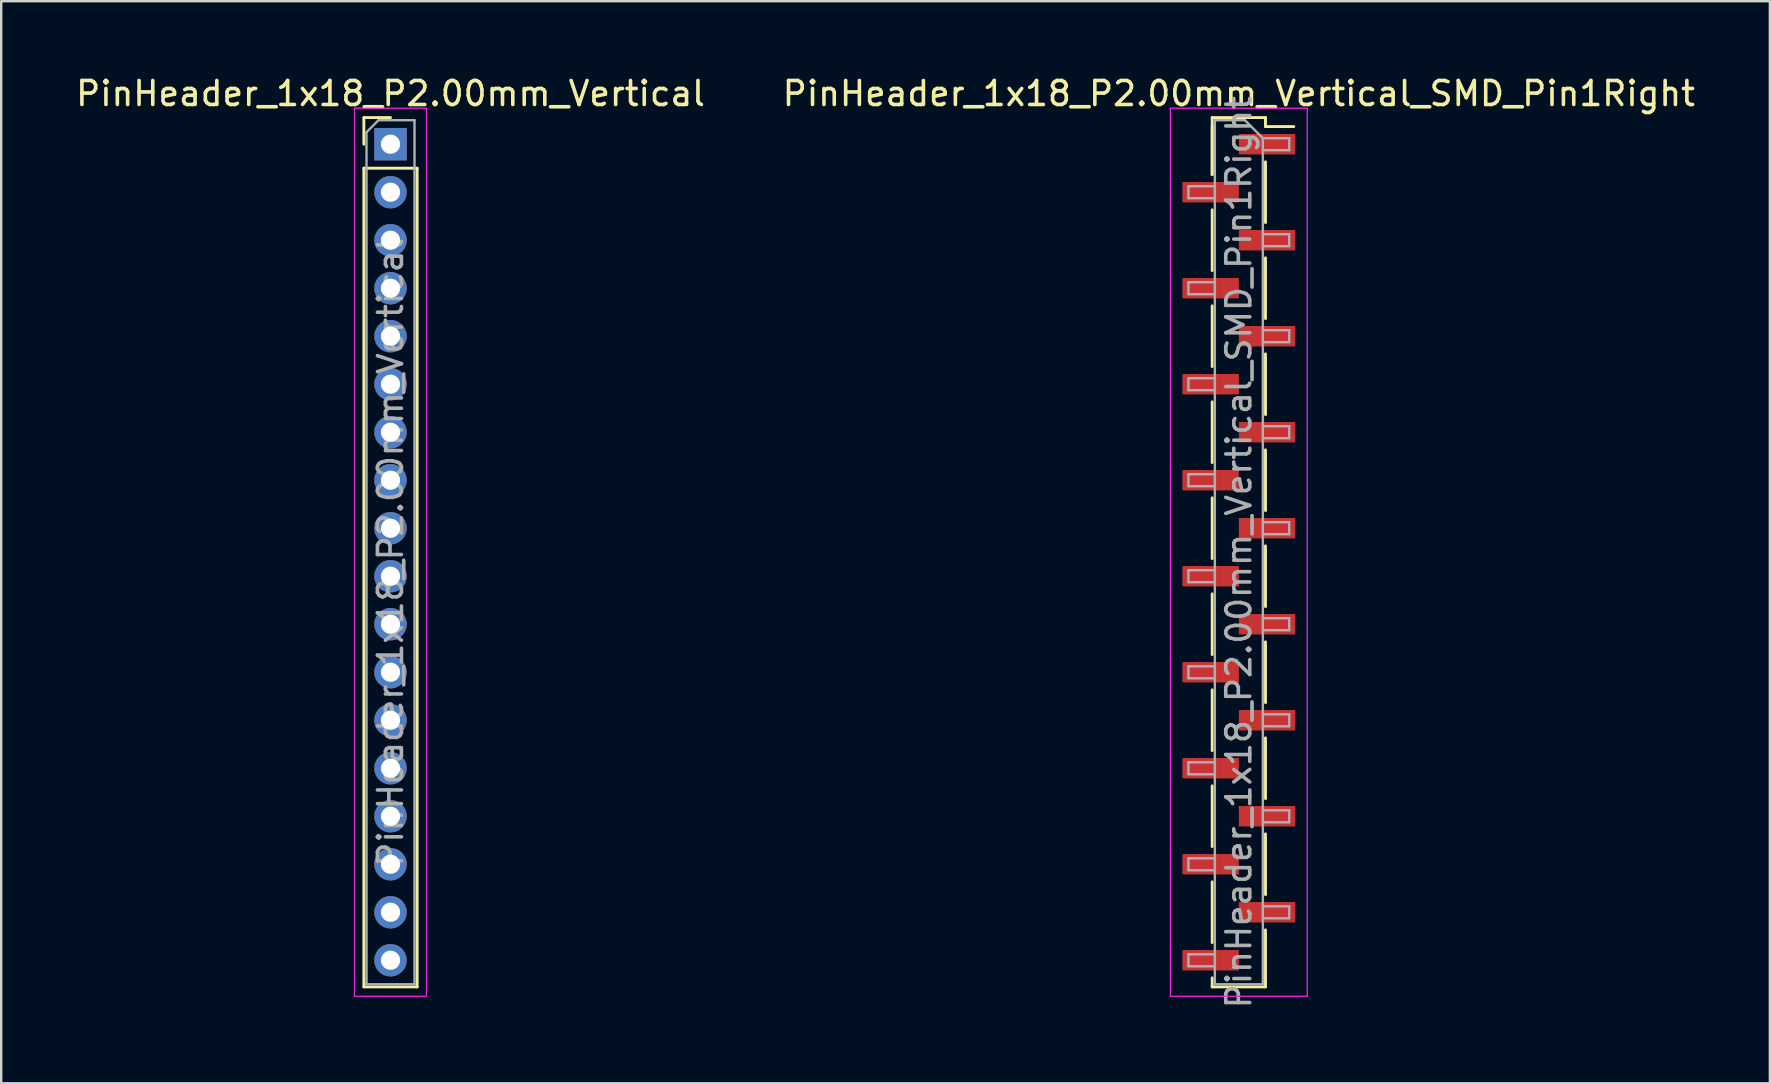
<source format=kicad_pcb>
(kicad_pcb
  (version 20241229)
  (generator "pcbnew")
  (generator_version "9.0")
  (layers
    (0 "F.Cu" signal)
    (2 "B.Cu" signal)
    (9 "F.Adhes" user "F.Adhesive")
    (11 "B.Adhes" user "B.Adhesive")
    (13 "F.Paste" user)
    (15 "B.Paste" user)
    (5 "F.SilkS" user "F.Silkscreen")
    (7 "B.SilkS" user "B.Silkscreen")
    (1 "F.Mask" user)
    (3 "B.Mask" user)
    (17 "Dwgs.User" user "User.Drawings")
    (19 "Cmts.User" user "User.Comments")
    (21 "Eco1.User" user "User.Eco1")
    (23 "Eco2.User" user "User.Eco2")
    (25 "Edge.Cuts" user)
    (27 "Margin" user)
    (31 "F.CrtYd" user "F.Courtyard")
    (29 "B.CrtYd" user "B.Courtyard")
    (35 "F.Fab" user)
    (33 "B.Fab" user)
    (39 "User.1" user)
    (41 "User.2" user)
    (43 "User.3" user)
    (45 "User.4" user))
  (footprint "PinHeader_1x18_P2.00mm_Vertical_SMD_Pin1Right"
    (layer "F.Cu")
    (at 48.565 19.958)
    (property "Reference" "PinHeader_1x18_P2.00mm_Vertical_SMD_Pin1Right" (at 0 -19.11 0) (layer "F.SilkS") (effects (font (size 1 1) (thickness 0.15))))
    (attr smd)
    (fp_line (start -1.11 -18.11) (end -1.11 -15.735) (stroke (width 0.12) (type solid)) (layer "F.SilkS"))
    (fp_line (start -1.11 -18.11) (end 1.11 -18.11) (stroke (width 0.12) (type solid)) (layer "F.SilkS"))
    (fp_line (start -1.11 -17.735) (end -1.11 -15.735) (stroke (width 0.12) (type solid)) (layer "F.SilkS"))
    (fp_line (start -1.11 -14.265) (end -1.11 -11.735) (stroke (width 0.12) (type solid)) (layer "F.SilkS"))
    (fp_line (start -1.11 -10.265) (end -1.11 -7.735) (stroke (width 0.12) (type solid)) (layer "F.SilkS"))
    (fp_line (start -1.11 -6.265) (end -1.11 -3.735) (stroke (width 0.12) (type solid)) (layer "F.SilkS"))
    (fp_line (start -1.11 -2.265) (end -1.11 0.265) (stroke (width 0.12) (type solid)) (layer "F.SilkS"))
    (fp_line (start -1.11 1.735) (end -1.11 4.265) (stroke (width 0.12) (type solid)) (layer "F.SilkS"))
    (fp_line (start -1.11 5.735) (end -1.11 8.265) (stroke (width 0.12) (type solid)) (layer "F.SilkS"))
    (fp_line (start -1.11 9.735) (end -1.11 12.265) (stroke (width 0.12) (type solid)) (layer "F.SilkS"))
    (fp_line (start -1.11 13.735) (end -1.11 16.265) (stroke (width 0.12) (type solid)) (layer "F.SilkS"))
    (fp_line (start -1.11 17.735) (end -1.11 18.11) (stroke (width 0.12) (type solid)) (layer "F.SilkS"))
    (fp_line (start -1.11 18.11) (end 1.11 18.11) (stroke (width 0.12) (type solid)) (layer "F.SilkS"))
    (fp_line (start 1.11 -18.11) (end 1.11 -17.735) (stroke (width 0.12) (type solid)) (layer "F.SilkS"))
    (fp_line (start 1.11 -17.735) (end 2.29 -17.735) (stroke (width 0.12) (type solid)) (layer "F.SilkS"))
    (fp_line (start 1.11 -16.265) (end 1.11 -13.735) (stroke (width 0.12) (type solid)) (layer "F.SilkS"))
    (fp_line (start 1.11 -12.265) (end 1.11 -9.735) (stroke (width 0.12) (type solid)) (layer "F.SilkS"))
    (fp_line (start 1.11 -8.265) (end 1.11 -5.735) (stroke (width 0.12) (type solid)) (layer "F.SilkS"))
    (fp_line (start 1.11 -4.265) (end 1.11 -1.735) (stroke (width 0.12) (type solid)) (layer "F.SilkS"))
    (fp_line (start 1.11 -0.265) (end 1.11 2.265) (stroke (width 0.12) (type solid)) (layer "F.SilkS"))
    (fp_line (start 1.11 3.735) (end 1.11 6.265) (stroke (width 0.12) (type solid)) (layer "F.SilkS"))
    (fp_line (start 1.11 7.735) (end 1.11 10.265) (stroke (width 0.12) (type solid)) (layer "F.SilkS"))
    (fp_line (start 1.11 11.735) (end 1.11 14.265) (stroke (width 0.12) (type solid)) (layer "F.SilkS"))
    (fp_line (start 1.11 15.735) (end 1.11 18.11) (stroke (width 0.12) (type solid)) (layer "F.SilkS"))
    (fp_line (start -2.85 -18.5) (end -2.85 18.5) (stroke (width 0.05) (type solid)) (layer "F.CrtYd"))
    (fp_line (start -2.85 18.5) (end 2.85 18.5) (stroke (width 0.05) (type solid)) (layer "F.CrtYd"))
    (fp_line (start 2.85 -18.5) (end -2.85 -18.5) (stroke (width 0.05) (type solid)) (layer "F.CrtYd"))
    (fp_line (start 2.85 18.5) (end 2.85 -18.5) (stroke (width 0.05) (type solid)) (layer "F.CrtYd"))
    (fp_line (start -2.1 -15.25) (end -2.1 -14.75) (stroke (width 0.1) (type solid)) (layer "F.Fab"))
    (fp_line (start -2.1 -14.75) (end -1 -14.75) (stroke (width 0.1) (type solid)) (layer "F.Fab"))
    (fp_line (start -2.1 -11.25) (end -2.1 -10.75) (stroke (width 0.1) (type solid)) (layer "F.Fab"))
    (fp_line (start -2.1 -10.75) (end -1 -10.75) (stroke (width 0.1) (type solid)) (layer "F.Fab"))
    (fp_line (start -2.1 -7.25) (end -2.1 -6.75) (stroke (width 0.1) (type solid)) (layer "F.Fab"))
    (fp_line (start -2.1 -6.75) (end -1 -6.75) (stroke (width 0.1) (type solid)) (layer "F.Fab"))
    (fp_line (start -2.1 -3.25) (end -2.1 -2.75) (stroke (width 0.1) (type solid)) (layer "F.Fab"))
    (fp_line (start -2.1 -2.75) (end -1 -2.75) (stroke (width 0.1) (type solid)) (layer "F.Fab"))
    (fp_line (start -2.1 0.75) (end -2.1 1.25) (stroke (width 0.1) (type solid)) (layer "F.Fab"))
    (fp_line (start -2.1 1.25) (end -1 1.25) (stroke (width 0.1) (type solid)) (layer "F.Fab"))
    (fp_line (start -2.1 4.75) (end -2.1 5.25) (stroke (width 0.1) (type solid)) (layer "F.Fab"))
    (fp_line (start -2.1 5.25) (end -1 5.25) (stroke (width 0.1) (type solid)) (layer "F.Fab"))
    (fp_line (start -2.1 8.75) (end -2.1 9.25) (stroke (width 0.1) (type solid)) (layer "F.Fab"))
    (fp_line (start -2.1 9.25) (end -1 9.25) (stroke (width 0.1) (type solid)) (layer "F.Fab"))
    (fp_line (start -2.1 12.75) (end -2.1 13.25) (stroke (width 0.1) (type solid)) (layer "F.Fab"))
    (fp_line (start -2.1 13.25) (end -1 13.25) (stroke (width 0.1) (type solid)) (layer "F.Fab"))
    (fp_line (start -2.1 16.75) (end -2.1 17.25) (stroke (width 0.1) (type solid)) (layer "F.Fab"))
    (fp_line (start -2.1 17.25) (end -1 17.25) (stroke (width 0.1) (type solid)) (layer "F.Fab"))
    (fp_line (start -1 -18) (end -1 18) (stroke (width 0.1) (type solid)) (layer "F.Fab"))
    (fp_line (start -1 -18) (end 0.25 -18) (stroke (width 0.1) (type solid)) (layer "F.Fab"))
    (fp_line (start -1 -15.25) (end -2.1 -15.25) (stroke (width 0.1) (type solid)) (layer "F.Fab"))
    (fp_line (start -1 -11.25) (end -2.1 -11.25) (stroke (width 0.1) (type solid)) (layer "F.Fab"))
    (fp_line (start -1 -7.25) (end -2.1 -7.25) (stroke (width 0.1) (type solid)) (layer "F.Fab"))
    (fp_line (start -1 -3.25) (end -2.1 -3.25) (stroke (width 0.1) (type solid)) (layer "F.Fab"))
    (fp_line (start -1 0.75) (end -2.1 0.75) (stroke (width 0.1) (type solid)) (layer "F.Fab"))
    (fp_line (start -1 4.75) (end -2.1 4.75) (stroke (width 0.1) (type solid)) (layer "F.Fab"))
    (fp_line (start -1 8.75) (end -2.1 8.75) (stroke (width 0.1) (type solid)) (layer "F.Fab"))
    (fp_line (start -1 12.75) (end -2.1 12.75) (stroke (width 0.1) (type solid)) (layer "F.Fab"))
    (fp_line (start -1 16.75) (end -2.1 16.75) (stroke (width 0.1) (type solid)) (layer "F.Fab"))
    (fp_line (start 1 -17.25) (end 0.25 -18) (stroke (width 0.1) (type solid)) (layer "F.Fab"))
    (fp_line (start 1 -17.25) (end 2.1 -17.25) (stroke (width 0.1) (type solid)) (layer "F.Fab"))
    (fp_line (start 1 -13.25) (end 2.1 -13.25) (stroke (width 0.1) (type solid)) (layer "F.Fab"))
    (fp_line (start 1 -9.25) (end 2.1 -9.25) (stroke (width 0.1) (type solid)) (layer "F.Fab"))
    (fp_line (start 1 -5.25) (end 2.1 -5.25) (stroke (width 0.1) (type solid)) (layer "F.Fab"))
    (fp_line (start 1 -1.25) (end 2.1 -1.25) (stroke (width 0.1) (type solid)) (layer "F.Fab"))
    (fp_line (start 1 2.75) (end 2.1 2.75) (stroke (width 0.1) (type solid)) (layer "F.Fab"))
    (fp_line (start 1 6.75) (end 2.1 6.75) (stroke (width 0.1) (type solid)) (layer "F.Fab"))
    (fp_line (start 1 10.75) (end 2.1 10.75) (stroke (width 0.1) (type solid)) (layer "F.Fab"))
    (fp_line (start 1 14.75) (end 2.1 14.75) (stroke (width 0.1) (type solid)) (layer "F.Fab"))
    (fp_line (start 1 18) (end -1 18) (stroke (width 0.1) (type solid)) (layer "F.Fab"))
    (fp_line (start 1 18) (end 1 -17.25) (stroke (width 0.1) (type solid)) (layer "F.Fab"))
    (fp_line (start 2.1 -17.25) (end 2.1 -16.75) (stroke (width 0.1) (type solid)) (layer "F.Fab"))
    (fp_line (start 2.1 -16.75) (end 1 -16.75) (stroke (width 0.1) (type solid)) (layer "F.Fab"))
    (fp_line (start 2.1 -13.25) (end 2.1 -12.75) (stroke (width 0.1) (type solid)) (layer "F.Fab"))
    (fp_line (start 2.1 -12.75) (end 1 -12.75) (stroke (width 0.1) (type solid)) (layer "F.Fab"))
    (fp_line (start 2.1 -9.25) (end 2.1 -8.75) (stroke (width 0.1) (type solid)) (layer "F.Fab"))
    (fp_line (start 2.1 -8.75) (end 1 -8.75) (stroke (width 0.1) (type solid)) (layer "F.Fab"))
    (fp_line (start 2.1 -5.25) (end 2.1 -4.75) (stroke (width 0.1) (type solid)) (layer "F.Fab"))
    (fp_line (start 2.1 -4.75) (end 1 -4.75) (stroke (width 0.1) (type solid)) (layer "F.Fab"))
    (fp_line (start 2.1 -1.25) (end 2.1 -0.75) (stroke (width 0.1) (type solid)) (layer "F.Fab"))
    (fp_line (start 2.1 -0.75) (end 1 -0.75) (stroke (width 0.1) (type solid)) (layer "F.Fab"))
    (fp_line (start 2.1 2.75) (end 2.1 3.25) (stroke (width 0.1) (type solid)) (layer "F.Fab"))
    (fp_line (start 2.1 3.25) (end 1 3.25) (stroke (width 0.1) (type solid)) (layer "F.Fab"))
    (fp_line (start 2.1 6.75) (end 2.1 7.25) (stroke (width 0.1) (type solid)) (layer "F.Fab"))
    (fp_line (start 2.1 7.25) (end 1 7.25) (stroke (width 0.1) (type solid)) (layer "F.Fab"))
    (fp_line (start 2.1 10.75) (end 2.1 11.25) (stroke (width 0.1) (type solid)) (layer "F.Fab"))
    (fp_line (start 2.1 11.25) (end 1 11.25) (stroke (width 0.1) (type solid)) (layer "F.Fab"))
    (fp_line (start 2.1 14.75) (end 2.1 15.25) (stroke (width 0.1) (type solid)) (layer "F.Fab"))
    (fp_line (start 2.1 15.25) (end 1 15.25) (stroke (width 0.1) (type solid)) (layer "F.Fab"))
    (fp_text user "${REFERENCE}" (at 0 0 90) (layer "F.Fab") (effects (font (size 1 1) (thickness 0.15))))
    (pad "1" smd rect (at 1.175 -17) (size 2.35 0.85) (layers "F.Cu" "F.Mask" "F.Paste"))
    (pad "2" smd rect (at -1.175 -15) (size 2.35 0.85) (layers "F.Cu" "F.Mask" "F.Paste"))
    (pad "3" smd rect (at 1.175 -13) (size 2.35 0.85) (layers "F.Cu" "F.Mask" "F.Paste"))
    (pad "4" smd rect (at -1.175 -11) (size 2.35 0.85) (layers "F.Cu" "F.Mask" "F.Paste"))
    (pad "5" smd rect (at 1.175 -9) (size 2.35 0.85) (layers "F.Cu" "F.Mask" "F.Paste"))
    (pad "6" smd rect (at -1.175 -7) (size 2.35 0.85) (layers "F.Cu" "F.Mask" "F.Paste"))
    (pad "7" smd rect (at 1.175 -5) (size 2.35 0.85) (layers "F.Cu" "F.Mask" "F.Paste"))
    (pad "8" smd rect (at -1.175 -3) (size 2.35 0.85) (layers "F.Cu" "F.Mask" "F.Paste"))
    (pad "9" smd rect (at 1.175 -1) (size 2.35 0.85) (layers "F.Cu" "F.Mask" "F.Paste"))
    (pad "10" smd rect (at -1.175 1) (size 2.35 0.85) (layers "F.Cu" "F.Mask" "F.Paste"))
    (pad "11" smd rect (at 1.175 3) (size 2.35 0.85) (layers "F.Cu" "F.Mask" "F.Paste"))
    (pad "12" smd rect (at -1.175 5) (size 2.35 0.85) (layers "F.Cu" "F.Mask" "F.Paste"))
    (pad "13" smd rect (at 1.175 7) (size 2.35 0.85) (layers "F.Cu" "F.Mask" "F.Paste"))
    (pad "14" smd rect (at -1.175 9) (size 2.35 0.85) (layers "F.Cu" "F.Mask" "F.Paste"))
    (pad "15" smd rect (at 1.175 11) (size 2.35 0.85) (layers "F.Cu" "F.Mask" "F.Paste"))
    (pad "16" smd rect (at -1.175 13) (size 2.35 0.85) (layers "F.Cu" "F.Mask" "F.Paste"))
    (pad "17" smd rect (at 1.175 15) (size 2.35 0.85) (layers "F.Cu" "F.Mask" "F.Paste"))
    (pad "18" smd rect (at -1.175 17) (size 2.35 0.85) (layers "F.Cu" "F.Mask" "F.Paste")))
  (footprint "PinHeader_1x18_P2.00mm_Vertical"
    (layer "F.Cu")
    (at 13.22 2.958)
    (property "Reference" "PinHeader_1x18_P2.00mm_Vertical" (at 0 -2.11 0) (layer "F.SilkS") (effects (font (size 1 1) (thickness 0.15))))
    (attr through_hole)
    (fp_line (start -1.11 -1.11) (end 0 -1.11) (stroke (width 0.12) (type solid)) (layer "F.SilkS"))
    (fp_line (start -1.11 0) (end -1.11 -1.11) (stroke (width 0.12) (type solid)) (layer "F.SilkS"))
    (fp_line (start -1.11 1) (end -1.11 35.11) (stroke (width 0.12) (type solid)) (layer "F.SilkS"))
    (fp_line (start -1.11 1) (end 1.11 1) (stroke (width 0.12) (type solid)) (layer "F.SilkS"))
    (fp_line (start -1.11 35.11) (end 1.11 35.11) (stroke (width 0.12) (type solid)) (layer "F.SilkS"))
    (fp_line (start 1.11 1) (end 1.11 35.11) (stroke (width 0.12) (type solid)) (layer "F.SilkS"))
    (fp_line (start -1.5 -1.5) (end -1.5 35.5) (stroke (width 0.05) (type solid)) (layer "F.CrtYd"))
    (fp_line (start -1.5 35.5) (end 1.5 35.5) (stroke (width 0.05) (type solid)) (layer "F.CrtYd"))
    (fp_line (start 1.5 -1.5) (end -1.5 -1.5) (stroke (width 0.05) (type solid)) (layer "F.CrtYd"))
    (fp_line (start 1.5 35.5) (end 1.5 -1.5) (stroke (width 0.05) (type solid)) (layer "F.CrtYd"))
    (fp_line (start -1 -0.5) (end -0.5 -1) (stroke (width 0.1) (type solid)) (layer "F.Fab"))
    (fp_line (start -1 35) (end -1 -0.5) (stroke (width 0.1) (type solid)) (layer "F.Fab"))
    (fp_line (start -0.5 -1) (end 1 -1) (stroke (width 0.1) (type solid)) (layer "F.Fab"))
    (fp_line (start 1 -1) (end 1 35) (stroke (width 0.1) (type solid)) (layer "F.Fab"))
    (fp_line (start 1 35) (end -1 35) (stroke (width 0.1) (type solid)) (layer "F.Fab"))
    (fp_text user "${REFERENCE}" (at 0 17 90) (layer "F.Fab") (effects (font (size 1 1) (thickness 0.15))))
    (pad "1" thru_hole rect (at 0 0) (size 1.35 1.35) (drill 0.8) (layers "*.Cu" "*.Mask"))
    (pad "2" thru_hole circle (at 0 2) (size 1.35 1.35) (drill 0.8) (layers "*.Cu" "*.Mask"))
    (pad "3" thru_hole circle (at 0 4) (size 1.35 1.35) (drill 0.8) (layers "*.Cu" "*.Mask"))
    (pad "4" thru_hole circle (at 0 6) (size 1.35 1.35) (drill 0.8) (layers "*.Cu" "*.Mask"))
    (pad "5" thru_hole circle (at 0 8) (size 1.35 1.35) (drill 0.8) (layers "*.Cu" "*.Mask"))
    (pad "6" thru_hole circle (at 0 10) (size 1.35 1.35) (drill 0.8) (layers "*.Cu" "*.Mask"))
    (pad "7" thru_hole circle (at 0 12) (size 1.35 1.35) (drill 0.8) (layers "*.Cu" "*.Mask"))
    (pad "8" thru_hole circle (at 0 14) (size 1.35 1.35) (drill 0.8) (layers "*.Cu" "*.Mask"))
    (pad "9" thru_hole circle (at 0 16) (size 1.35 1.35) (drill 0.8) (layers "*.Cu" "*.Mask"))
    (pad "10" thru_hole circle (at 0 18) (size 1.35 1.35) (drill 0.8) (layers "*.Cu" "*.Mask"))
    (pad "11" thru_hole circle (at 0 20) (size 1.35 1.35) (drill 0.8) (layers "*.Cu" "*.Mask"))
    (pad "12" thru_hole circle (at 0 22) (size 1.35 1.35) (drill 0.8) (layers "*.Cu" "*.Mask"))
    (pad "13" thru_hole circle (at 0 24) (size 1.35 1.35) (drill 0.8) (layers "*.Cu" "*.Mask"))
    (pad "14" thru_hole circle (at 0 26) (size 1.35 1.35) (drill 0.8) (layers "*.Cu" "*.Mask"))
    (pad "15" thru_hole circle (at 0 28) (size 1.35 1.35) (drill 0.8) (layers "*.Cu" "*.Mask"))
    (pad "16" thru_hole circle (at 0 30) (size 1.35 1.35) (drill 0.8) (layers "*.Cu" "*.Mask"))
    (pad "17" thru_hole circle (at 0 32) (size 1.35 1.35) (drill 0.8) (layers "*.Cu" "*.Mask"))
    (pad "18" thru_hole circle (at 0 34) (size 1.35 1.35) (drill 0.8) (layers "*.Cu" "*.Mask")))
  (gr_rect
    (start -3 -3)
    (end 70.69 42.083)
    (stroke (width 0.1) (type default))
    (fill no)
    (layer "Edge.Cuts")))
</source>
